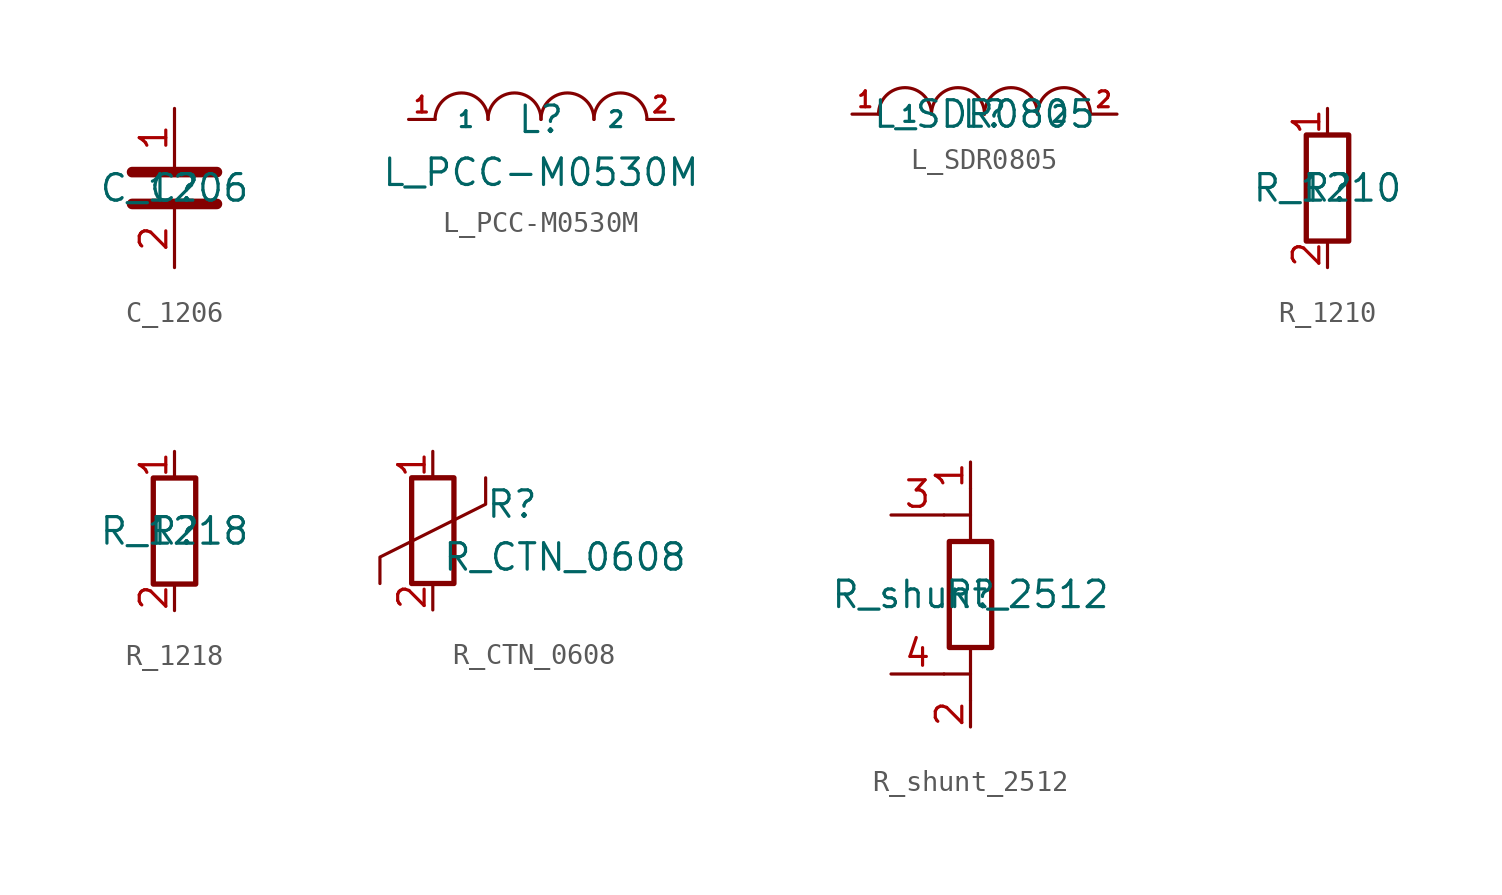
<source format=kicad_sym>
(kicad_symbol_lib
  (version 20211014)
  (generator kicad_symbol_editor)
  (symbol "C_1206"
    (pin_names
      (offset 0) hide)
    (property "Reference" "C"
      (at 0 0 0)
      (effects (font (size 1.27 1.27))))
    (property "Value" "C_1206"
      (at 0 0 0)
      (effects (font (size 1.27 1.27))))
    (symbol "C_1206_1_1"
      (polyline (pts (xy -2.032 -0.762) (xy 2.032 -0.762)) (stroke (width 0.508) (type default) (color 0 0 0 0)) (fill (type none)))
      (polyline (pts (xy -2.032 0.762) (xy 2.032 0.762)) (stroke (width 0.508) (type default) (color 0 0 0 0)) (fill (type none)))
      (pin passive line (at 0 3.81 270) (length 2.794) (name "~" (effects (font (size 1.27 1.27)))) (number "1" (effects (font (size 1.27 1.27)))))
      (pin passive line (at 0 -3.81 90) (length 2.794) (name "~" (effects (font (size 1.27 1.27)))) (number "2" (effects (font (size 1.27 1.27)))))))
  (symbol "L_PCC-M0530M"
    (pin_names
      (offset 1.016))
    (property "Reference" "L"
      (at 0 0 0)
      (effects (font (size 1.27 1.27))))
    (property "Value" "L_PCC-M0530M"
      (at 0 -2.54 0)
      (effects (font (size 1.27 1.27))))
    (symbol "L_PCC-M0530M_1_1"
      (arc (start -2.54 0) (mid -3.81 1.27) (end -5.08 0) (stroke (width 0) (type default) (color 0 0 0 0)) (fill (type none)))
      (arc (start 0 0) (mid -1.27 1.27) (end -2.54 0) (stroke (width 0) (type default) (color 0 0 0 0)) (fill (type none)))
      (arc (start 2.54 0) (mid 1.27 1.27) (end 0 0) (stroke (width 0) (type default) (color 0 0 0 0)) (fill (type none)))
      (arc (start 5.08 0) (mid 3.81 1.27) (end 2.54 0) (stroke (width 0) (type default) (color 0 0 0 0)) (fill (type none)))
      (pin input line (at -6.35 0 0) (length 1.27) (name "1" (effects (font (size 0.762 0.762)))) (number "1" (effects (font (size 0.762 0.762)))))
      (pin input line (at 6.35 0 180) (length 1.27) (name "2" (effects (font (size 0.762 0.762)))) (number "2" (effects (font (size 0.762 0.762)))))))
  (symbol "L_SDR0805"
    (pin_names
      (offset 1.016))
    (property "Reference" "L"
      (at 0 0 0)
      (effects (font (size 1.27 1.27))))
    (property "Value" "L_SDR0805"
      (at 0 0 0)
      (effects (font (size 1.27 1.27))))
    (symbol "L_SDR0805_1_1"
      (arc (start -2.54 0) (mid -3.81 1.27) (end -5.08 0) (stroke (width 0) (type default) (color 0 0 0 0)) (fill (type none)))
      (arc (start 0 0) (mid -1.27 1.27) (end -2.54 0) (stroke (width 0) (type default) (color 0 0 0 0)) (fill (type none)))
      (arc (start 2.54 0) (mid 1.27 1.27) (end 0 0) (stroke (width 0) (type default) (color 0 0 0 0)) (fill (type none)))
      (arc (start 5.08 0) (mid 3.81 1.27) (end 2.54 0) (stroke (width 0) (type default) (color 0 0 0 0)) (fill (type none)))
      (pin input line (at -6.35 0 0) (length 1.27) (name "1" (effects (font (size 0.762 0.762)))) (number "1" (effects (font (size 0.762 0.762)))))
      (pin input line (at 6.35 0 180) (length 1.27) (name "2" (effects (font (size 0.762 0.762)))) (number "2" (effects (font (size 0.762 0.762)))))))
  (symbol "R_1210"
    (pin_names
      (offset 0) hide)
    (property "Reference" "R"
      (at 0 0 0)
      (effects (font (size 1.27 1.27))))
    (property "Value" "R_1210"
      (at 0 0 0)
      (effects (font (size 1.27 1.27))))
    (symbol "R_1210_1_1"
      (rectangle (start -1.016 -2.54) (end 1.016 2.54) (stroke (width 0.254) (type default) (color 0 0 0 0)) (fill (type none)))
      (pin passive line (at 0 3.81 270) (length 1.27) (name "~" (effects (font (size 1.27 1.27)))) (number "1" (effects (font (size 1.27 1.27)))))
      (pin passive line (at 0 -3.81 90) (length 1.27) (name "~" (effects (font (size 1.27 1.27)))) (number "2" (effects (font (size 1.27 1.27)))))))
  (symbol "R_1218"
    (pin_names
      (offset 0) hide)
    (property "Reference" "R"
      (at 0 0 0)
      (effects (font (size 1.27 1.27))))
    (property "Value" "R_1218"
      (at 0 0 0)
      (effects (font (size 1.27 1.27))))
    (symbol "R_1218_1_1"
      (rectangle (start -1.016 -2.54) (end 1.016 2.54) (stroke (width 0.254) (type default) (color 0 0 0 0)) (fill (type none)))
      (pin passive line (at 0 3.81 270) (length 1.27) (name "~" (effects (font (size 1.27 1.27)))) (number "1" (effects (font (size 1.27 1.27)))))
      (pin passive line (at 0 -3.81 90) (length 1.27) (name "~" (effects (font (size 1.27 1.27)))) (number "2" (effects (font (size 1.27 1.27)))))))
  (symbol "R_CTN_0608"
    (pin_names
      (offset 1.016))
    (property "Reference" "R"
      (at 3.81 1.27 0)
      (effects (font (size 1.27 1.27))))
    (property "Value" "R_CTN_0608"
      (at 6.35 -1.27 0)
      (effects (font (size 1.27 1.27))))
    (symbol "R_CTN_0608_0_1"
      (polyline (pts (xy -2.54 -2.54) (xy -2.54 -1.27) (xy 2.54 1.27) (xy 2.54 2.54)) (stroke (width 0) (type default) (color 0 0 0 0)) (fill (type none))))
    (symbol "R_CTN_0608_1_1"
      (rectangle (start -1.016 -2.54) (end 1.016 2.54) (stroke (width 0.254) (type default) (color 0 0 0 0)) (fill (type none)))
      (pin passive line (at 0 3.81 270) (length 1.27) (name "~" (effects (font (size 1.27 1.27)))) (number "1" (effects (font (size 1.27 1.27)))))
      (pin passive line (at 0 -3.81 90) (length 1.27) (name "~" (effects (font (size 1.27 1.27)))) (number "2" (effects (font (size 1.27 1.27)))))))
  (symbol "R_shunt_2512"
    (pin_names
      (offset 1.016))
    (property "Reference" "R"
      (at 0 0 0)
      (effects (font (size 1.27 1.27))))
    (property "Value" "R_shunt_2512"
      (at 0 0 0)
      (effects (font (size 1.27 1.27))))
    (symbol "R_shunt_2512_0_1"
      (polyline (pts (xy -1.27 -3.81) (xy 0 -3.81)) (stroke (width 0) (type default) (color 0 0 0 0)) (fill (type none)))
      (polyline (pts (xy -1.27 3.81) (xy 0 3.81)) (stroke (width 0) (type default) (color 0 0 0 0)) (fill (type none)))
      (polyline (pts (xy 0 -5.08) (xy 0 -2.54)) (stroke (width 0) (type default) (color 0 0 0 0)) (fill (type none)))
      (polyline (pts (xy 0 5.08) (xy 0 2.54) (xy 0 3.81)) (stroke (width 0) (type default) (color 0 0 0 0)) (fill (type none))))
    (symbol "R_shunt_2512_1_1"
      (rectangle (start -1.016 -2.54) (end 1.016 2.54) (stroke (width 0.254) (type default) (color 0 0 0 0)) (fill (type none)))
      (pin passive line (at 0 6.35 270) (length 1.27) (name "~" (effects (font (size 1.27 1.27)))) (number "1" (effects (font (size 1.27 1.27)))))
      (pin passive line (at 0 -6.35 90) (length 1.27) (name "~" (effects (font (size 1.27 1.27)))) (number "2" (effects (font (size 1.27 1.27)))))
      (pin passive line (at -3.81 3.81 0) (length 2.54) (name "~" (effects (font (size 1.27 1.27)))) (number "3" (effects (font (size 1.27 1.27)))))
      (pin passive line (at -3.81 -3.81 0) (length 2.54) (name "~" (effects (font (size 1.27 1.27)))) (number "4" (effects (font (size 1.27 1.27))))))))
</source>
